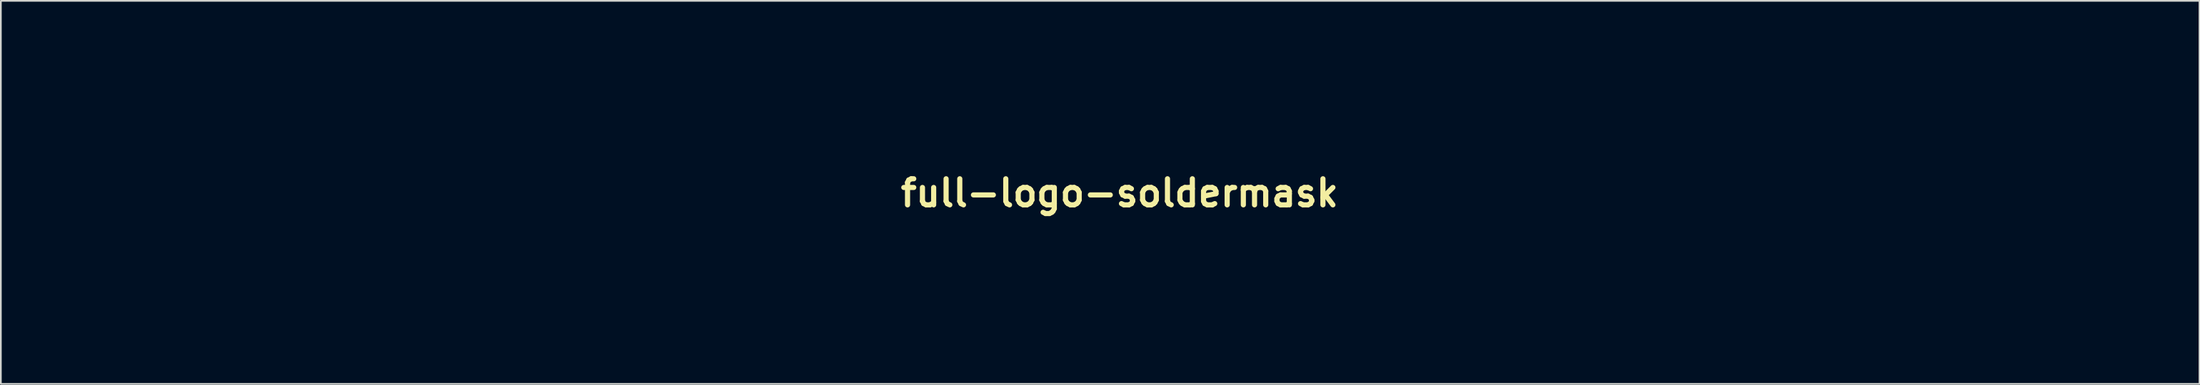
<source format=kicad_pcb>
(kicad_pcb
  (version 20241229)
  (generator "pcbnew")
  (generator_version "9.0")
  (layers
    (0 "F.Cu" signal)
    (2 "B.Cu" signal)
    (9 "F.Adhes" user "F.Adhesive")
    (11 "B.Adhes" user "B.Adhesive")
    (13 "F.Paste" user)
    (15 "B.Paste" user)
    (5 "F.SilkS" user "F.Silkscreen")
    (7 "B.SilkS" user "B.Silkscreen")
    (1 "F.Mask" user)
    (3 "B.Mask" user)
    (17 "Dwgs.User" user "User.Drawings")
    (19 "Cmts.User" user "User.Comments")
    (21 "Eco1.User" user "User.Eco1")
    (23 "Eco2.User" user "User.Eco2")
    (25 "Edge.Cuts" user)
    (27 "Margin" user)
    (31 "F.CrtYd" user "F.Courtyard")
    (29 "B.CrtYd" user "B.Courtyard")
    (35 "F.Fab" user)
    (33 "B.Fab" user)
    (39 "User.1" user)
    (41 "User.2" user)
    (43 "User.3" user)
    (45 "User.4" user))
  (footprint "full-logo-soldermask"
    (layer "F.Cu")
    (at 62.279 8.232)
    (property "Reference" "full-logo-soldermask" (at 0 0 0) (layer "F.SilkS") (effects (font (size 1.524 1.524) (thickness 0.3))))
    (attr through_hole)
    (fp_poly (pts (xy 26.07 6.914) (xy 24.483 6.914) (xy 24.483 0.282) (xy 26.07 0.282) (xy 26.07 6.914)) (stroke (width 0.01) (type solid)) (fill yes) (layer "F.Mask"))
    (fp_poly (pts (xy 26.07 -0.423) (xy 24.481 -0.423) (xy 24.491 -1.173) (xy 24.5 -1.923) (xy 25.285 -1.932) (xy 26.07 -1.942) (xy 26.07 -0.423)) (stroke (width 0.01) (type solid)) (fill yes) (layer "F.Mask"))
    (fp_poly (pts (xy 28.928 6.914) (xy 27.34 6.914) (xy 27.349 2.496) (xy 27.358 -1.923) (xy 28.143 -1.932) (xy 28.928 -1.942) (xy 28.928 6.914)) (stroke (width 0.01) (type solid)) (fill yes) (layer "F.Mask"))
    (fp_poly (pts (xy -21.44 3.448) (xy -21.431 3.536) (xy -21.429 3.586) (xy -21.43 3.589) (xy -21.465 3.6) (xy -21.548 3.619) (xy -21.61 3.632) (xy -21.743 3.659) (xy -21.902 3.693) (xy -22.013 3.717) (xy -22.34 3.788) (xy -22.607 3.847) (xy -22.821 3.894) (xy -22.991 3.932) (xy -23.127 3.963) (xy -23.235 3.988) (xy -23.308 4.005) (xy -23.459 4.039) (xy -23.555 4.053) (xy -23.611 4.047) (xy -23.639 4.021) (xy -23.649 3.995) (xy -23.673 3.894) (xy -23.699 3.756) (xy -23.722 3.611) (xy -23.738 3.484) (xy -23.742 3.415) (xy -23.742 3.316) (xy -21.457 3.316) (xy -21.44 3.448)) (stroke (width 0.01) (type solid)) (fill yes) (layer "F.Mask"))
    (fp_poly (pts (xy -56.253 -7.899) (xy -56.241 -7.863) (xy -56.212 -7.766) (xy -56.168 -7.615) (xy -56.112 -7.418) (xy -56.044 -7.181) (xy -55.968 -6.911) (xy -55.886 -6.616) (xy -55.836 -6.439) (xy -55.434 -4.994) (xy -55.719 -4.901) (xy -55.878 -4.846) (xy -56.035 -4.788) (xy -56.16 -4.738) (xy -56.174 -4.732) (xy -56.272 -4.69) (xy -56.339 -4.662) (xy -56.356 -4.657) (xy -56.374 -4.687) (xy -56.422 -4.773) (xy -56.495 -4.909) (xy -56.591 -5.089) (xy -56.706 -5.305) (xy -56.837 -5.552) (xy -56.98 -5.823) (xy -57.071 -5.995) (xy -57.775 -7.334) (xy -57.577 -7.428) (xy -57.404 -7.506) (xy -57.212 -7.587) (xy -57.011 -7.667) (xy -56.813 -7.74) (xy -56.628 -7.805) (xy -56.469 -7.856) (xy -56.346 -7.89) (xy -56.27 -7.902) (xy -56.253 -7.899)) (stroke (width 0.01) (type solid)) (fill yes) (layer "F.Mask"))
    (fp_poly (pts (xy -21.384 3.87) (xy -21.342 3.898) (xy -21.308 3.952) (xy -21.269 4.031) (xy -21.268 4.034) (xy -21.176 4.224) (xy -22.045 4.822) (xy -22.265 4.974) (xy -22.467 5.113) (xy -22.644 5.234) (xy -22.788 5.333) (xy -22.891 5.403) (xy -22.946 5.44) (xy -22.953 5.444) (xy -22.991 5.428) (xy -23.055 5.359) (xy -23.137 5.246) (xy -23.148 5.229) (xy -23.331 4.924) (xy -23.468 4.639) (xy -23.49 4.583) (xy -23.503 4.54) (xy -23.498 4.508) (xy -23.462 4.481) (xy -23.385 4.452) (xy -23.255 4.411) (xy -23.201 4.395) (xy -23.049 4.35) (xy -22.914 4.308) (xy -22.817 4.278) (xy -22.789 4.269) (xy -22.713 4.244) (xy -22.593 4.208) (xy -22.454 4.166) (xy -22.437 4.161) (xy -22.271 4.111) (xy -22.076 4.051) (xy -21.891 3.993) (xy -21.867 3.986) (xy -21.675 3.924) (xy -21.538 3.883) (xy -21.445 3.865) (xy -21.384 3.87)) (stroke (width 0.01) (type solid)) (fill yes) (layer "F.Mask"))
    (fp_poly (pts (xy -20.883 4.512) (xy -20.77 4.585) (xy -20.655 4.643) (xy -20.616 4.658) (xy -20.537 4.69) (xy -20.507 4.732) (xy -20.512 4.811) (xy -20.514 4.827) (xy -20.535 4.951) (xy -20.565 5.125) (xy -20.602 5.328) (xy -20.641 5.54) (xy -20.68 5.743) (xy -20.691 5.803) (xy -20.719 5.951) (xy -20.753 6.137) (xy -20.788 6.33) (xy -20.802 6.412) (xy -20.835 6.584) (xy -20.863 6.695) (xy -20.89 6.755) (xy -20.919 6.772) (xy -20.976 6.76) (xy -21.079 6.73) (xy -21.211 6.687) (xy -21.255 6.672) (xy -21.716 6.48) (xy -22.145 6.236) (xy -22.507 5.965) (xy -22.631 5.86) (xy -22.543 5.776) (xy -22.449 5.687) (xy -22.322 5.569) (xy -22.17 5.429) (xy -22.002 5.275) (xy -21.827 5.115) (xy -21.654 4.957) (xy -21.491 4.809) (xy -21.347 4.679) (xy -21.232 4.576) (xy -21.153 4.506) (xy -21.124 4.482) (xy -21.029 4.407) (xy -20.883 4.512)) (stroke (width 0.01) (type solid)) (fill yes) (layer "F.Mask"))
    (fp_poly (pts (xy -40.208 2.279) (xy -39.921 2.565) (xy -39.642 2.84) (xy -39.378 3.099) (xy -39.133 3.338) (xy -38.912 3.552) (xy -38.72 3.736) (xy -38.562 3.886) (xy -38.443 3.996) (xy -38.367 4.062) (xy -38.355 4.072) (xy -37.851 4.41) (xy -37.322 4.682) (xy -36.769 4.888) (xy -36.194 5.027) (xy -35.599 5.099) (xy -35.481 5.105) (xy -34.96 5.126) (xy -34.96 8.149) (xy -35.428 8.145) (xy -35.635 8.14) (xy -35.847 8.132) (xy -36.039 8.12) (xy -36.177 8.108) (xy -36.888 7.993) (xy -37.594 7.811) (xy -38.288 7.565) (xy -38.962 7.257) (xy -39.608 6.892) (xy -39.893 6.705) (xy -40.029 6.609) (xy -40.167 6.506) (xy -40.312 6.391) (xy -40.467 6.261) (xy -40.637 6.111) (xy -40.827 5.937) (xy -41.042 5.736) (xy -41.284 5.503) (xy -41.56 5.234) (xy -41.873 4.925) (xy -42.227 4.571) (xy -42.483 4.315) (xy -43.991 2.804) (xy -42.916 1.729) (xy -41.84 0.654) (xy -40.208 2.279)) (stroke (width 0.01) (type solid)) (fill yes) (layer "F.Mask"))
    (fp_poly (pts (xy -60.767 -4.709) (xy -60.691 -4.663) (xy -60.584 -4.592) (xy -60.512 -4.543) (xy -60.415 -4.476) (xy -60.268 -4.375) (xy -60.082 -4.249) (xy -59.866 -4.102) (xy -59.63 -3.942) (xy -59.384 -3.776) (xy -59.258 -3.691) (xy -58.28 -3.031) (xy -58.462 -2.742) (xy -58.621 -2.466) (xy -58.775 -2.153) (xy -58.912 -1.832) (xy -59.017 -1.534) (xy -59.02 -1.524) (xy -59.062 -1.403) (xy -59.102 -1.314) (xy -59.134 -1.275) (xy -59.138 -1.274) (xy -59.18 -1.282) (xy -59.284 -1.304) (xy -59.441 -1.338) (xy -59.646 -1.383) (xy -59.889 -1.436) (xy -60.164 -1.496) (xy -60.463 -1.562) (xy -60.606 -1.593) (xy -60.913 -1.661) (xy -61.198 -1.725) (xy -61.453 -1.783) (xy -61.673 -1.833) (xy -61.848 -1.873) (xy -61.973 -1.903) (xy -62.039 -1.92) (xy -62.048 -1.923) (xy -62.046 -1.963) (xy -62.024 -2.057) (xy -61.988 -2.192) (xy -61.939 -2.356) (xy -61.883 -2.535) (xy -61.823 -2.717) (xy -61.762 -2.89) (xy -61.75 -2.921) (xy -61.632 -3.215) (xy -61.484 -3.537) (xy -61.32 -3.864) (xy -61.152 -4.169) (xy -61.008 -4.405) (xy -60.925 -4.533) (xy -60.857 -4.637) (xy -60.812 -4.704) (xy -60.799 -4.722) (xy -60.767 -4.709)) (stroke (width 0.01) (type solid)) (fill yes) (layer "F.Mask"))
    (fp_poly (pts (xy -58.407 -6.921) (xy -58.349 -6.841) (xy -58.263 -6.716) (xy -58.153 -6.555) (xy -58.025 -6.364) (xy -57.882 -6.151) (xy -57.731 -5.923) (xy -57.576 -5.688) (xy -57.422 -5.454) (xy -57.273 -5.227) (xy -57.136 -5.015) (xy -57.014 -4.826) (xy -56.912 -4.667) (xy -56.836 -4.546) (xy -56.791 -4.469) (xy -56.78 -4.445) (xy -56.807 -4.413) (xy -56.879 -4.355) (xy -56.981 -4.281) (xy -57 -4.269) (xy -57.12 -4.183) (xy -57.27 -4.066) (xy -57.428 -3.936) (xy -57.537 -3.842) (xy -57.66 -3.734) (xy -57.763 -3.646) (xy -57.834 -3.587) (xy -57.863 -3.565) (xy -57.863 -3.565) (xy -57.891 -3.588) (xy -57.965 -3.653) (xy -58.081 -3.756) (xy -58.233 -3.891) (xy -58.414 -4.054) (xy -58.621 -4.239) (xy -58.847 -4.441) (xy -58.949 -4.533) (xy -59.183 -4.743) (xy -59.401 -4.941) (xy -59.597 -5.12) (xy -59.766 -5.275) (xy -59.902 -5.401) (xy -60 -5.492) (xy -60.052 -5.544) (xy -60.06 -5.553) (xy -60.068 -5.588) (xy -60.05 -5.635) (xy -60.002 -5.7) (xy -59.918 -5.788) (xy -59.793 -5.906) (xy -59.622 -6.059) (xy -59.469 -6.191) (xy -59.32 -6.316) (xy -59.156 -6.448) (xy -58.986 -6.578) (xy -58.823 -6.699) (xy -58.675 -6.805) (xy -58.552 -6.886) (xy -58.467 -6.937) (xy -58.432 -6.95) (xy -58.407 -6.921)) (stroke (width 0.01) (type solid)) (fill yes) (layer "F.Mask"))
    (fp_poly (pts (xy -53.913 -8.207) (xy -53.761 -8.195) (xy -53.574 -8.18) (xy -53.389 -8.167) (xy -53.358 -8.165) (xy -52.814 -8.102) (xy -52.243 -7.99) (xy -51.665 -7.832) (xy -51.097 -7.636) (xy -50.556 -7.405) (xy -50.236 -7.244) (xy -50.042 -7.138) (xy -49.863 -7.035) (xy -49.693 -6.931) (xy -49.527 -6.822) (xy -49.361 -6.704) (xy -49.19 -6.573) (xy -49.008 -6.424) (xy -48.812 -6.254) (xy -48.596 -6.058) (xy -48.355 -5.832) (xy -48.084 -5.573) (xy -47.779 -5.275) (xy -47.435 -4.936) (xy -47.046 -4.549) (xy -47.035 -4.538) (xy -45.334 -2.845) (xy -46.411 -1.775) (xy -46.638 -1.55) (xy -46.849 -1.341) (xy -47.039 -1.153) (xy -47.203 -0.991) (xy -47.335 -0.861) (xy -47.431 -0.768) (xy -47.485 -0.715) (xy -47.495 -0.706) (xy -47.521 -0.73) (xy -47.592 -0.8) (xy -47.705 -0.912) (xy -47.856 -1.061) (xy -48.04 -1.244) (xy -48.254 -1.456) (xy -48.493 -1.694) (xy -48.753 -1.953) (xy -49.03 -2.229) (xy -49.177 -2.375) (xy -49.535 -2.731) (xy -49.848 -3.041) (xy -50.121 -3.309) (xy -50.358 -3.538) (xy -50.564 -3.734) (xy -50.743 -3.899) (xy -50.901 -4.039) (xy -51.041 -4.156) (xy -51.169 -4.255) (xy -51.289 -4.34) (xy -51.405 -4.415) (xy -51.523 -4.484) (xy -51.648 -4.55) (xy -51.773 -4.614) (xy -52.152 -4.783) (xy -52.558 -4.925) (xy -52.973 -5.037) (xy -53.378 -5.113) (xy -53.754 -5.149) (xy -53.858 -5.151) (xy -54.151 -5.151) (xy -54.151 -8.227) (xy -53.913 -8.207)) (stroke (width 0.01) (type solid)) (fill yes) (layer "F.Mask"))
    (fp_poly (pts (xy 30.506 -5.327) (xy 30.677 -5.322) (xy 30.854 -5.308) (xy 30.992 -5.291) (xy 31.135 -5.268) (xy 31.275 -5.248) (xy 31.344 -5.239) (xy 31.44 -5.223) (xy 31.584 -5.192) (xy 31.758 -5.151) (xy 31.943 -5.104) (xy 32.119 -5.056) (xy 32.262 -5.014) (xy 32.416 -4.96) (xy 32.612 -4.881) (xy 32.83 -4.786) (xy 32.932 -4.739) (xy 33.025 -4.693) (xy 33.149 -4.628) (xy 33.29 -4.552) (xy 33.429 -4.475) (xy 33.551 -4.407) (xy 33.639 -4.355) (xy 33.673 -4.332) (xy 33.715 -4.301) (xy 33.8 -4.238) (xy 33.914 -4.153) (xy 34.008 -4.085) (xy 34.108 -4.004) (xy 34.253 -3.877) (xy 34.439 -3.706) (xy 34.662 -3.496) (xy 34.918 -3.251) (xy 35.204 -2.973) (xy 35.514 -2.668) (xy 35.592 -2.59) (xy 36.877 -1.315) (xy 36.056 -0.499) (xy 35.858 -0.303) (xy 35.678 -0.124) (xy 35.52 0.032) (xy 35.391 0.159) (xy 35.296 0.252) (xy 35.241 0.304) (xy 35.23 0.314) (xy 35.205 0.289) (xy 35.135 0.219) (xy 35.026 0.108) (xy 34.882 -0.038) (xy 34.707 -0.214) (xy 34.508 -0.416) (xy 34.289 -0.638) (xy 34.078 -0.851) (xy 33.76 -1.172) (xy 33.486 -1.447) (xy 33.248 -1.679) (xy 33.043 -1.875) (xy 32.865 -2.039) (xy 32.708 -2.175) (xy 32.566 -2.288) (xy 32.436 -2.384) (xy 32.31 -2.466) (xy 32.183 -2.541) (xy 32.097 -2.587) (xy 31.724 -2.763) (xy 31.359 -2.89) (xy 30.98 -2.973) (xy 30.561 -3.021) (xy 30.542 -3.022) (xy 30.233 -3.043) (xy 30.233 -5.327) (xy 30.506 -5.327)) (stroke (width 0.01) (type solid)) (fill yes) (layer "F.Mask"))
    (fp_poly (pts (xy 45.852 -5.327) (xy 46.022 -5.322) (xy 46.2 -5.308) (xy 46.337 -5.291) (xy 46.481 -5.268) (xy 46.62 -5.248) (xy 46.69 -5.239) (xy 46.786 -5.223) (xy 46.93 -5.192) (xy 47.104 -5.151) (xy 47.289 -5.104) (xy 47.465 -5.056) (xy 47.607 -5.014) (xy 47.761 -4.96) (xy 47.957 -4.881) (xy 48.175 -4.786) (xy 48.278 -4.739) (xy 48.37 -4.693) (xy 48.495 -4.628) (xy 48.635 -4.552) (xy 48.775 -4.475) (xy 48.897 -4.407) (xy 48.985 -4.355) (xy 49.018 -4.332) (xy 49.06 -4.301) (xy 49.146 -4.238) (xy 49.26 -4.153) (xy 49.354 -4.085) (xy 49.454 -4.004) (xy 49.599 -3.877) (xy 49.785 -3.706) (xy 50.008 -3.496) (xy 50.264 -3.251) (xy 50.55 -2.973) (xy 50.86 -2.668) (xy 50.938 -2.59) (xy 52.223 -1.315) (xy 51.401 -0.499) (xy 51.204 -0.303) (xy 51.024 -0.124) (xy 50.866 0.032) (xy 50.737 0.159) (xy 50.642 0.252) (xy 50.587 0.304) (xy 50.576 0.314) (xy 50.551 0.289) (xy 50.481 0.219) (xy 50.372 0.108) (xy 50.227 -0.038) (xy 50.053 -0.214) (xy 49.854 -0.416) (xy 49.635 -0.638) (xy 49.424 -0.851) (xy 49.106 -1.172) (xy 48.831 -1.447) (xy 48.594 -1.679) (xy 48.389 -1.875) (xy 48.211 -2.039) (xy 48.053 -2.175) (xy 47.912 -2.288) (xy 47.781 -2.384) (xy 47.656 -2.466) (xy 47.529 -2.541) (xy 47.443 -2.587) (xy 47.07 -2.763) (xy 46.705 -2.89) (xy 46.326 -2.973) (xy 45.907 -3.021) (xy 45.888 -3.022) (xy 45.579 -3.043) (xy 45.579 -5.327) (xy 45.852 -5.327)) (stroke (width 0.01) (type solid)) (fill yes) (layer "F.Mask"))
    (fp_poly (pts (xy 39.518 1.365) (xy 39.592 1.434) (xy 39.707 1.544) (xy 39.857 1.69) (xy 40.037 1.866) (xy 40.243 2.069) (xy 40.468 2.292) (xy 40.71 2.533) (xy 40.744 2.567) (xy 41.059 2.88) (xy 41.329 3.147) (xy 41.559 3.371) (xy 41.753 3.555) (xy 41.916 3.705) (xy 42.05 3.823) (xy 42.162 3.915) (xy 42.254 3.983) (xy 42.268 3.993) (xy 42.682 4.242) (xy 43.095 4.427) (xy 43.521 4.554) (xy 43.974 4.627) (xy 44.194 4.644) (xy 44.626 4.668) (xy 44.626 6.95) (xy 44.282 6.945) (xy 44.097 6.939) (xy 43.903 6.93) (xy 43.735 6.919) (xy 43.692 6.915) (xy 43.527 6.894) (xy 43.337 6.863) (xy 43.143 6.826) (xy 42.967 6.788) (xy 42.83 6.753) (xy 42.792 6.741) (xy 42.716 6.715) (xy 42.596 6.677) (xy 42.457 6.634) (xy 42.439 6.629) (xy 42.328 6.589) (xy 42.178 6.527) (xy 42.002 6.45) (xy 41.815 6.364) (xy 41.628 6.275) (xy 41.456 6.189) (xy 41.311 6.113) (xy 41.207 6.053) (xy 41.16 6.02) (xy 41.104 5.976) (xy 41.015 5.916) (xy 40.975 5.892) (xy 40.887 5.837) (xy 40.828 5.796) (xy 40.816 5.786) (xy 40.782 5.756) (xy 40.705 5.695) (xy 40.602 5.615) (xy 40.569 5.591) (xy 40.499 5.531) (xy 40.384 5.427) (xy 40.232 5.284) (xy 40.047 5.108) (xy 39.837 4.905) (xy 39.607 4.68) (xy 39.363 4.439) (xy 39.11 4.188) (xy 39.1 4.178) (xy 37.859 2.939) (xy 38.659 2.14) (xy 38.854 1.945) (xy 39.034 1.768) (xy 39.192 1.614) (xy 39.323 1.488) (xy 39.419 1.398) (xy 39.476 1.348) (xy 39.488 1.341) (xy 39.518 1.365)) (stroke (width 0.01) (type solid)) (fill yes) (layer "F.Mask"))
    (fp_poly (pts (xy 1.561 0.71) (xy 1.57 3.361) (xy 1.91 2.854) (xy 2.021 2.689) (xy 2.162 2.48) (xy 2.325 2.239) (xy 2.502 1.979) (xy 2.682 1.713) (xy 2.858 1.455) (xy 2.876 1.429) (xy 3.033 1.198) (xy 3.18 0.98) (xy 3.312 0.785) (xy 3.423 0.621) (xy 3.507 0.494) (xy 3.559 0.415) (xy 3.571 0.397) (xy 3.641 0.282) (xy 4.593 0.282) (xy 4.899 0.283) (xy 5.149 0.287) (xy 5.339 0.293) (xy 5.466 0.301) (xy 5.527 0.312) (xy 5.533 0.317) (xy 5.509 0.354) (xy 5.45 0.439) (xy 5.361 0.566) (xy 5.247 0.724) (xy 5.115 0.906) (xy 5.011 1.049) (xy 4.685 1.494) (xy 4.39 1.898) (xy 4.125 2.26) (xy 3.894 2.576) (xy 3.697 2.846) (xy 3.537 3.067) (xy 3.413 3.237) (xy 3.329 3.354) (xy 3.286 3.413) (xy 3.206 3.528) (xy 3.711 4.15) (xy 3.897 4.38) (xy 4.107 4.638) (xy 4.324 4.904) (xy 4.529 5.156) (xy 4.693 5.358) (xy 4.961 5.688) (xy 5.189 5.967) (xy 5.378 6.2) (xy 5.533 6.391) (xy 5.656 6.544) (xy 5.751 6.663) (xy 5.822 6.752) (xy 5.872 6.815) (xy 5.904 6.858) (xy 5.921 6.882) (xy 5.927 6.894) (xy 5.927 6.895) (xy 5.893 6.9) (xy 5.797 6.904) (xy 5.648 6.908) (xy 5.454 6.911) (xy 5.224 6.913) (xy 4.966 6.914) (xy 4.86 6.914) (xy 3.792 6.913) (xy 3.366 6.323) (xy 3.211 6.11) (xy 3.034 5.866) (xy 2.841 5.601) (xy 2.641 5.325) (xy 2.44 5.049) (xy 2.246 4.783) (xy 2.066 4.537) (xy 1.908 4.321) (xy 1.779 4.146) (xy 1.718 4.062) (xy 1.552 3.838) (xy 1.552 6.914) (xy -0.035 6.914) (xy -0.035 -1.94) (xy 1.552 -1.94) (xy 1.561 0.71)) (stroke (width 0.01) (type solid)) (fill yes) (layer "F.Mask"))
    (fp_poly (pts (xy -11.47 0.164) (xy -11.301 0.167) (xy -11.172 0.174) (xy -11.068 0.187) (xy -10.974 0.208) (xy -10.875 0.238) (xy -10.813 0.259) (xy -10.576 0.346) (xy -10.385 0.435) (xy -10.219 0.536) (xy -10.053 0.663) (xy -10.044 0.67) (xy -9.824 0.875) (xy -9.645 1.092) (xy -9.501 1.334) (xy -9.382 1.617) (xy -9.28 1.954) (xy -9.27 1.993) (xy -9.255 2.053) (xy -9.243 2.114) (xy -9.232 2.183) (xy -9.223 2.265) (xy -9.216 2.365) (xy -9.209 2.49) (xy -9.204 2.645) (xy -9.199 2.835) (xy -9.196 3.067) (xy -9.192 3.347) (xy -9.189 3.678) (xy -9.186 4.069) (xy -9.183 4.523) (xy -9.182 4.595) (xy -9.166 6.914) (xy -10.76 6.914) (xy -10.76 5.283) (xy -10.761 4.743) (xy -10.765 4.27) (xy -10.772 3.856) (xy -10.783 3.498) (xy -10.798 3.19) (xy -10.819 2.928) (xy -10.845 2.706) (xy -10.878 2.519) (xy -10.918 2.363) (xy -10.965 2.232) (xy -11.021 2.121) (xy -11.086 2.025) (xy -11.16 1.939) (xy -11.187 1.912) (xy -11.386 1.764) (xy -11.623 1.666) (xy -11.883 1.617) (xy -12.156 1.616) (xy -12.427 1.664) (xy -12.684 1.76) (xy -12.914 1.904) (xy -12.972 1.953) (xy -13.142 2.152) (xy -13.275 2.405) (xy -13.368 2.706) (xy -13.387 2.803) (xy -13.399 2.886) (xy -13.41 2.984) (xy -13.418 3.105) (xy -13.425 3.253) (xy -13.431 3.436) (xy -13.435 3.659) (xy -13.438 3.929) (xy -13.44 4.251) (xy -13.441 4.633) (xy -13.441 5.014) (xy -13.441 6.914) (xy -14.229 6.914) (xy -14.458 6.913) (xy -14.663 6.911) (xy -14.833 6.906) (xy -14.959 6.901) (xy -15.029 6.894) (xy -15.04 6.891) (xy -15.043 6.853) (xy -15.047 6.749) (xy -15.05 6.585) (xy -15.053 6.365) (xy -15.055 6.094) (xy -15.058 5.778) (xy -15.06 5.42) (xy -15.061 5.027) (xy -15.062 4.602) (xy -15.063 4.151) (xy -15.064 3.679) (xy -15.064 3.574) (xy -15.064 0.281) (xy -13.564 0.3) (xy -13.554 0.589) (xy -13.544 0.878) (xy -13.315 0.696) (xy -13.012 0.479) (xy -12.712 0.318) (xy -12.506 0.236) (xy -12.416 0.209) (xy -12.323 0.189) (xy -12.214 0.175) (xy -12.074 0.168) (xy -11.888 0.164) (xy -11.695 0.163) (xy -11.47 0.164)) (stroke (width 0.01) (type solid)) (fill yes) (layer "F.Mask"))
    (fp_poly (pts (xy -4.6 0.16) (xy -4.423 0.164) (xy -4.286 0.172) (xy -4.176 0.185) (xy -4.077 0.205) (xy -3.974 0.234) (xy -3.951 0.241) (xy -3.615 0.371) (xy -3.316 0.543) (xy -3.036 0.77) (xy -2.955 0.848) (xy -2.681 1.12) (xy -2.681 0.282) (xy -1.199 0.282) (xy -1.199 6.914) (xy -2.681 6.914) (xy -2.682 6.482) (xy -2.684 6.296) (xy -2.69 6.174) (xy -2.7 6.113) (xy -2.715 6.106) (xy -2.72 6.113) (xy -2.779 6.185) (xy -2.884 6.285) (xy -3.02 6.399) (xy -3.171 6.517) (xy -3.325 6.627) (xy -3.465 6.718) (xy -3.531 6.755) (xy -3.756 6.863) (xy -3.969 6.94) (xy -4.191 6.992) (xy -4.442 7.023) (xy -4.727 7.038) (xy -4.924 7.041) (xy -5.114 7.039) (xy -5.277 7.034) (xy -5.392 7.024) (xy -5.397 7.024) (xy -5.624 6.978) (xy -5.882 6.905) (xy -6.144 6.812) (xy -6.385 6.71) (xy -6.562 6.619) (xy -6.955 6.347) (xy -7.297 6.027) (xy -7.587 5.664) (xy -7.822 5.26) (xy -8 4.821) (xy -8.119 4.348) (xy -8.178 3.847) (xy -8.183 3.654) (xy -6.562 3.654) (xy -6.532 4.043) (xy -6.443 4.395) (xy -6.298 4.708) (xy -6.097 4.979) (xy -5.844 5.205) (xy -5.539 5.384) (xy -5.209 5.507) (xy -5.008 5.546) (xy -4.765 5.567) (xy -4.508 5.568) (xy -4.263 5.549) (xy -4.096 5.52) (xy -3.773 5.409) (xy -3.485 5.241) (xy -3.239 5.021) (xy -3.042 4.755) (xy -2.98 4.642) (xy -2.832 4.275) (xy -2.75 3.915) (xy -2.733 3.551) (xy -2.763 3.26) (xy -2.855 2.885) (xy -3.002 2.551) (xy -3.197 2.262) (xy -3.439 2.022) (xy -3.722 1.835) (xy -4.042 1.704) (xy -4.395 1.632) (xy -4.654 1.618) (xy -5.022 1.647) (xy -5.347 1.728) (xy -5.638 1.865) (xy -5.903 2.062) (xy -5.98 2.134) (xy -6.213 2.412) (xy -6.386 2.726) (xy -6.501 3.077) (xy -6.556 3.467) (xy -6.562 3.654) (xy -8.183 3.654) (xy -8.184 3.616) (xy -8.154 3.113) (xy -8.063 2.631) (xy -7.915 2.176) (xy -7.712 1.754) (xy -7.457 1.372) (xy -7.152 1.036) (xy -7.141 1.026) (xy -6.926 0.837) (xy -6.723 0.687) (xy -6.504 0.558) (xy -6.303 0.458) (xy -6.067 0.354) (xy -5.859 0.277) (xy -5.659 0.222) (xy -5.45 0.187) (xy -5.214 0.168) (xy -4.931 0.16) (xy -4.833 0.16) (xy -4.6 0.16)) (stroke (width 0.01) (type solid)) (fill yes) (layer "F.Mask"))
    (fp_poly (pts (xy 19.082 -2.056) (xy 19.377 -2.038) (xy 19.637 -2.008) (xy 19.777 -1.981) (xy 20.342 -1.817) (xy 20.867 -1.595) (xy 21.351 -1.316) (xy 21.794 -0.979) (xy 22.194 -0.586) (xy 22.552 -0.137) (xy 22.668 0.035) (xy 22.925 0.495) (xy 23.128 0.991) (xy 23.273 1.512) (xy 23.358 2.045) (xy 23.381 2.579) (xy 23.339 3.104) (xy 23.339 3.104) (xy 23.293 3.39) (xy 23.243 3.63) (xy 23.182 3.852) (xy 23.104 4.08) (xy 23.033 4.262) (xy 22.79 4.77) (xy 22.493 5.235) (xy 22.144 5.656) (xy 21.748 6.027) (xy 21.307 6.348) (xy 20.826 6.614) (xy 20.307 6.823) (xy 19.773 6.968) (xy 19.601 6.995) (xy 19.379 7.016) (xy 19.126 7.032) (xy 18.862 7.041) (xy 18.606 7.042) (xy 18.38 7.036) (xy 18.203 7.021) (xy 17.656 6.914) (xy 17.128 6.742) (xy 16.625 6.511) (xy 16.155 6.224) (xy 15.721 5.884) (xy 15.331 5.496) (xy 14.99 5.065) (xy 14.733 4.646) (xy 14.514 4.171) (xy 14.35 3.666) (xy 14.243 3.144) (xy 14.197 2.618) (xy 14.205 2.373) (xy 15.874 2.373) (xy 15.878 2.7) (xy 15.907 3.009) (xy 15.949 3.222) (xy 16.096 3.662) (xy 16.3 4.064) (xy 16.558 4.424) (xy 16.866 4.738) (xy 17.219 5.001) (xy 17.614 5.211) (xy 18.047 5.364) (xy 18.203 5.402) (xy 18.492 5.444) (xy 18.817 5.457) (xy 19.151 5.44) (xy 19.467 5.395) (xy 19.597 5.365) (xy 20.008 5.223) (xy 20.389 5.021) (xy 20.732 4.765) (xy 21.031 4.46) (xy 21.279 4.113) (xy 21.377 3.933) (xy 21.551 3.512) (xy 21.662 3.082) (xy 21.711 2.651) (xy 21.702 2.224) (xy 21.636 1.807) (xy 21.516 1.407) (xy 21.344 1.029) (xy 21.123 0.68) (xy 20.856 0.365) (xy 20.543 0.091) (xy 20.189 -0.137) (xy 19.795 -0.313) (xy 19.673 -0.353) (xy 19.267 -0.445) (xy 18.852 -0.479) (xy 18.499 -0.46) (xy 18.054 -0.38) (xy 17.659 -0.255) (xy 17.302 -0.081) (xy 16.974 0.145) (xy 16.803 0.294) (xy 16.493 0.63) (xy 16.244 1.002) (xy 16.055 1.41) (xy 15.946 1.768) (xy 15.897 2.053) (xy 15.874 2.373) (xy 14.205 2.373) (xy 14.214 2.104) (xy 14.215 2.093) (xy 14.307 1.513) (xy 14.46 0.964) (xy 14.674 0.45) (xy 14.945 -0.027) (xy 15.273 -0.464) (xy 15.656 -0.86) (xy 16.091 -1.209) (xy 16.577 -1.512) (xy 16.72 -1.586) (xy 16.987 -1.705) (xy 17.299 -1.819) (xy 17.629 -1.919) (xy 17.953 -1.997) (xy 17.956 -1.998) (xy 18.189 -2.032) (xy 18.467 -2.053) (xy 18.772 -2.061) (xy 19.082 -2.056)) (stroke (width 0.01) (type solid)) (fill yes) (layer "F.Mask"))
    (fp_poly (pts (xy 10.441 0.155) (xy 10.617 0.174) (xy 11.081 0.277) (xy 11.519 0.442) (xy 11.925 0.667) (xy 12.294 0.947) (xy 12.623 1.278) (xy 12.904 1.657) (xy 13.135 2.078) (xy 13.214 2.264) (xy 13.32 2.57) (xy 13.393 2.871) (xy 13.437 3.189) (xy 13.455 3.546) (xy 13.457 3.651) (xy 13.456 3.842) (xy 13.452 4.01) (xy 13.445 4.143) (xy 13.437 4.225) (xy 13.433 4.242) (xy 13.425 4.254) (xy 13.408 4.264) (xy 13.377 4.273) (xy 13.328 4.28) (xy 13.255 4.286) (xy 13.154 4.291) (xy 13.019 4.295) (xy 12.847 4.298) (xy 12.632 4.3) (xy 12.37 4.302) (xy 12.056 4.303) (xy 11.684 4.304) (xy 11.25 4.304) (xy 10.863 4.304) (xy 8.318 4.304) (xy 8.342 4.401) (xy 8.415 4.6) (xy 8.534 4.809) (xy 8.682 5.003) (xy 8.729 5.053) (xy 8.979 5.262) (xy 9.26 5.415) (xy 9.58 5.516) (xy 9.943 5.567) (xy 10.147 5.573) (xy 10.493 5.552) (xy 10.794 5.484) (xy 11.061 5.365) (xy 11.307 5.19) (xy 11.42 5.086) (xy 11.568 4.939) (xy 13.304 4.939) (xy 13.28 5.018) (xy 13.181 5.256) (xy 13.027 5.516) (xy 12.828 5.784) (xy 12.591 6.051) (xy 12.482 6.159) (xy 12.179 6.422) (xy 11.87 6.631) (xy 11.535 6.796) (xy 11.155 6.928) (xy 11.06 6.955) (xy 10.908 6.985) (xy 10.706 7.01) (xy 10.472 7.028) (xy 10.225 7.04) (xy 9.984 7.044) (xy 9.77 7.038) (xy 9.6 7.023) (xy 9.596 7.023) (xy 9.113 6.919) (xy 8.657 6.755) (xy 8.233 6.534) (xy 7.846 6.263) (xy 7.5 5.944) (xy 7.203 5.583) (xy 6.958 5.183) (xy 6.771 4.75) (xy 6.742 4.662) (xy 6.628 4.187) (xy 6.581 3.706) (xy 6.601 3.226) (xy 6.66 2.893) (xy 8.256 2.893) (xy 11.893 2.893) (xy 11.871 2.813) (xy 11.813 2.655) (xy 11.725 2.478) (xy 11.623 2.306) (xy 11.519 2.161) (xy 11.455 2.092) (xy 11.221 1.906) (xy 10.971 1.769) (xy 10.694 1.679) (xy 10.376 1.63) (xy 10.088 1.618) (xy 9.892 1.619) (xy 9.743 1.629) (xy 9.616 1.648) (xy 9.488 1.681) (xy 9.4 1.709) (xy 9.077 1.847) (xy 8.807 2.029) (xy 8.584 2.261) (xy 8.403 2.547) (xy 8.315 2.743) (xy 8.256 2.893) (xy 6.66 2.893) (xy 6.685 2.754) (xy 6.832 2.298) (xy 7.041 1.865) (xy 7.309 1.461) (xy 7.473 1.264) (xy 7.748 0.999) (xy 8.075 0.752) (xy 8.437 0.535) (xy 8.815 0.359) (xy 9.137 0.248) (xy 9.347 0.203) (xy 9.605 0.17) (xy 9.888 0.151) (xy 10.174 0.145) (xy 10.441 0.155)) (stroke (width 0.01) (type solid)) (fill yes) (layer "F.Mask"))
    (fp_poly (pts (xy 44.618 -4.187) (xy 44.627 -3.034) (xy 44.363 -3.034) (xy 43.928 -3.003) (xy 43.482 -2.914) (xy 43.041 -2.772) (xy 42.623 -2.583) (xy 42.243 -2.354) (xy 42.069 -2.223) (xy 42.032 -2.188) (xy 41.948 -2.107) (xy 41.82 -1.981) (xy 41.65 -1.814) (xy 41.442 -1.608) (xy 41.198 -1.367) (xy 40.92 -1.092) (xy 40.613 -0.788) (xy 40.279 -0.456) (xy 39.919 -0.099) (xy 39.539 0.279) (xy 39.139 0.677) (xy 38.724 1.09) (xy 38.295 1.517) (xy 38.206 1.606) (xy 37.68 2.129) (xy 37.202 2.605) (xy 36.769 3.036) (xy 36.379 3.424) (xy 36.029 3.772) (xy 35.717 4.082) (xy 35.44 4.356) (xy 35.196 4.597) (xy 34.983 4.807) (xy 34.798 4.989) (xy 34.638 5.144) (xy 34.502 5.276) (xy 34.387 5.386) (xy 34.29 5.477) (xy 34.209 5.551) (xy 34.142 5.611) (xy 34.086 5.659) (xy 34.038 5.698) (xy 33.997 5.729) (xy 33.96 5.755) (xy 33.924 5.779) (xy 33.836 5.837) (xy 33.775 5.881) (xy 33.761 5.893) (xy 33.705 5.938) (xy 33.599 6.005) (xy 33.456 6.089) (xy 33.29 6.182) (xy 33.114 6.276) (xy 32.942 6.364) (xy 32.786 6.44) (xy 32.661 6.495) (xy 32.632 6.506) (xy 32.235 6.645) (xy 31.882 6.753) (xy 31.554 6.833) (xy 31.236 6.888) (xy 30.908 6.923) (xy 30.718 6.935) (xy 30.233 6.96) (xy 30.233 4.667) (xy 30.612 4.643) (xy 31.086 4.583) (xy 31.535 4.464) (xy 31.97 4.283) (xy 32.262 4.124) (xy 32.414 4.028) (xy 32.568 3.924) (xy 32.695 3.83) (xy 32.72 3.81) (xy 32.765 3.768) (xy 32.857 3.68) (xy 32.993 3.548) (xy 33.17 3.374) (xy 33.386 3.161) (xy 33.637 2.913) (xy 33.921 2.632) (xy 34.235 2.321) (xy 34.576 1.983) (xy 34.941 1.62) (xy 35.327 1.236) (xy 35.732 0.833) (xy 36.152 0.415) (xy 36.584 -0.017) (xy 36.724 -0.156) (xy 37.16 -0.591) (xy 37.584 -1.013) (xy 37.994 -1.42) (xy 38.386 -1.809) (xy 38.758 -2.177) (xy 39.107 -2.522) (xy 39.43 -2.84) (xy 39.723 -3.128) (xy 39.985 -3.385) (xy 40.213 -3.606) (xy 40.403 -3.79) (xy 40.552 -3.933) (xy 40.659 -4.033) (xy 40.719 -4.087) (xy 40.728 -4.094) (xy 40.825 -4.16) (xy 40.896 -4.212) (xy 40.922 -4.234) (xy 40.968 -4.271) (xy 41.064 -4.332) (xy 41.195 -4.41) (xy 41.35 -4.497) (xy 41.515 -4.587) (xy 41.675 -4.672) (xy 41.819 -4.743) (xy 41.932 -4.795) (xy 41.932 -4.795) (xy 42.069 -4.852) (xy 42.187 -4.902) (xy 42.267 -4.936) (xy 42.28 -4.942) (xy 42.529 -5.034) (xy 42.83 -5.119) (xy 43.166 -5.195) (xy 43.518 -5.258) (xy 43.868 -5.304) (xy 44.199 -5.33) (xy 44.298 -5.333) (xy 44.609 -5.34) (xy 44.618 -4.187)) (stroke (width 0.01) (type solid)) (fill yes) (layer "F.Mask"))
    (fp_poly (pts (xy 59.963 -5.33) (xy 59.976 -5.314) (xy 59.986 -5.264) (xy 59.994 -5.175) (xy 60 -5.041) (xy 60.004 -4.855) (xy 60.006 -4.612) (xy 60.007 -4.307) (xy 60.008 -4.18) (xy 60.008 -3.034) (xy 59.726 -3.034) (xy 59.279 -3.003) (xy 58.825 -2.913) (xy 58.38 -2.769) (xy 57.958 -2.578) (xy 57.574 -2.344) (xy 57.415 -2.223) (xy 57.378 -2.188) (xy 57.294 -2.107) (xy 57.166 -1.981) (xy 56.996 -1.814) (xy 56.788 -1.608) (xy 56.543 -1.367) (xy 56.266 -1.092) (xy 55.959 -0.788) (xy 55.624 -0.456) (xy 55.265 -0.099) (xy 54.885 0.279) (xy 54.485 0.677) (xy 54.069 1.09) (xy 53.641 1.517) (xy 53.552 1.606) (xy 53.026 2.129) (xy 52.548 2.605) (xy 52.115 3.036) (xy 51.725 3.424) (xy 51.375 3.772) (xy 51.063 4.082) (xy 50.786 4.356) (xy 50.542 4.597) (xy 50.329 4.807) (xy 50.144 4.989) (xy 49.984 5.144) (xy 49.848 5.276) (xy 49.733 5.386) (xy 49.636 5.477) (xy 49.555 5.551) (xy 49.488 5.611) (xy 49.431 5.659) (xy 49.384 5.698) (xy 49.343 5.729) (xy 49.305 5.755) (xy 49.27 5.779) (xy 49.182 5.837) (xy 49.121 5.881) (xy 49.107 5.893) (xy 49.051 5.938) (xy 48.945 6.005) (xy 48.802 6.089) (xy 48.636 6.182) (xy 48.46 6.276) (xy 48.287 6.364) (xy 48.132 6.44) (xy 48.007 6.495) (xy 47.978 6.506) (xy 47.581 6.645) (xy 47.228 6.753) (xy 46.9 6.833) (xy 46.582 6.888) (xy 46.254 6.923) (xy 46.064 6.935) (xy 45.579 6.96) (xy 45.579 4.667) (xy 45.957 4.643) (xy 46.432 4.583) (xy 46.88 4.464) (xy 47.316 4.283) (xy 47.607 4.124) (xy 47.76 4.028) (xy 47.913 3.924) (xy 48.04 3.83) (xy 48.066 3.81) (xy 48.111 3.768) (xy 48.203 3.68) (xy 48.339 3.548) (xy 48.516 3.374) (xy 48.732 3.161) (xy 48.983 2.913) (xy 49.267 2.632) (xy 49.581 2.321) (xy 49.922 1.983) (xy 50.287 1.62) (xy 50.673 1.236) (xy 51.077 0.833) (xy 51.498 0.415) (xy 51.93 -0.017) (xy 52.07 -0.156) (xy 52.506 -0.591) (xy 52.93 -1.013) (xy 53.34 -1.42) (xy 53.732 -1.809) (xy 54.104 -2.177) (xy 54.453 -2.522) (xy 54.775 -2.84) (xy 55.069 -3.128) (xy 55.331 -3.385) (xy 55.559 -3.606) (xy 55.749 -3.79) (xy 55.898 -3.933) (xy 56.005 -4.033) (xy 56.065 -4.087) (xy 56.074 -4.094) (xy 56.171 -4.16) (xy 56.242 -4.212) (xy 56.268 -4.234) (xy 56.314 -4.271) (xy 56.409 -4.332) (xy 56.541 -4.41) (xy 56.696 -4.497) (xy 56.86 -4.587) (xy 57.021 -4.672) (xy 57.165 -4.743) (xy 57.278 -4.795) (xy 57.278 -4.795) (xy 57.415 -4.852) (xy 57.533 -4.902) (xy 57.613 -4.936) (xy 57.626 -4.942) (xy 57.883 -5.037) (xy 58.192 -5.123) (xy 58.536 -5.199) (xy 58.895 -5.261) (xy 59.253 -5.306) (xy 59.59 -5.331) (xy 59.889 -5.334) (xy 59.963 -5.33)) (stroke (width 0.01) (type solid)) (fill yes) (layer "F.Mask"))
    (fp_poly (pts (xy -19.616 -5.237) (xy -19.374 -5.224) (xy -19.167 -5.203) (xy -19.015 -5.174) (xy -18.521 -5.009) (xy -18.079 -4.798) (xy -17.687 -4.54) (xy -17.34 -4.232) (xy -17.037 -3.871) (xy -16.963 -3.767) (xy -16.785 -3.465) (xy -16.642 -3.132) (xy -16.532 -2.759) (xy -16.45 -2.335) (xy -16.42 -2.107) (xy -16.396 -1.904) (xy -17.535 -1.913) (xy -18.673 -1.923) (xy -18.718 -2.141) (xy -18.791 -2.407) (xy -18.893 -2.624) (xy -19.034 -2.807) (xy -19.059 -2.833) (xy -19.258 -2.985) (xy -19.492 -3.087) (xy -19.748 -3.14) (xy -20.013 -3.145) (xy -20.273 -3.102) (xy -20.514 -3.011) (xy -20.723 -2.873) (xy -20.824 -2.773) (xy -20.877 -2.7) (xy -20.943 -2.593) (xy -20.983 -2.522) (xy -21.028 -2.432) (xy -21.056 -2.35) (xy -21.071 -2.253) (xy -21.077 -2.123) (xy -21.078 -1.993) (xy -21.076 -1.823) (xy -21.068 -1.702) (xy -21.049 -1.61) (xy -21.016 -1.525) (xy -20.985 -1.463) (xy -20.869 -1.291) (xy -20.709 -1.118) (xy -20.529 -0.969) (xy -20.388 -0.88) (xy -20.289 -0.835) (xy -20.147 -0.774) (xy -19.981 -0.707) (xy -19.862 -0.661) (xy -19.693 -0.596) (xy -19.531 -0.535) (xy -19.397 -0.484) (xy -19.332 -0.459) (xy -19.233 -0.421) (xy -19.09 -0.365) (xy -18.923 -0.301) (xy -18.79 -0.25) (xy -18.344 -0.066) (xy -17.959 0.123) (xy -17.626 0.322) (xy -17.336 0.536) (xy -17.113 0.736) (xy -16.795 1.096) (xy -16.539 1.487) (xy -16.345 1.912) (xy -16.212 2.372) (xy -16.151 2.753) (xy -16.13 3.243) (xy -16.175 3.732) (xy -16.282 4.212) (xy -16.449 4.674) (xy -16.672 5.108) (xy -16.948 5.504) (xy -17.11 5.691) (xy -17.432 6.004) (xy -17.767 6.265) (xy -18.125 6.477) (xy -18.516 6.645) (xy -18.949 6.775) (xy -19.434 6.871) (xy -19.605 6.895) (xy -19.7 6.904) (xy -19.747 6.89) (xy -19.768 6.848) (xy -19.77 6.835) (xy -19.775 6.78) (xy -19.781 6.664) (xy -19.788 6.498) (xy -19.795 6.291) (xy -19.802 6.053) (xy -19.808 5.794) (xy -19.808 5.776) (xy -19.814 5.478) (xy -19.818 5.244) (xy -19.818 5.066) (xy -19.815 4.938) (xy -19.809 4.853) (xy -19.799 4.804) (xy -19.786 4.785) (xy -19.784 4.784) (xy -19.727 4.772) (xy -19.623 4.755) (xy -19.506 4.736) (xy -19.208 4.656) (xy -18.935 4.514) (xy -18.697 4.319) (xy -18.506 4.078) (xy -18.422 3.925) (xy -18.378 3.824) (xy -18.35 3.733) (xy -18.335 3.632) (xy -18.33 3.498) (xy -18.33 3.351) (xy -18.343 3.085) (xy -18.383 2.866) (xy -18.457 2.672) (xy -18.57 2.483) (xy -18.618 2.417) (xy -18.7 2.318) (xy -18.795 2.225) (xy -18.909 2.135) (xy -19.049 2.045) (xy -19.22 1.951) (xy -19.43 1.85) (xy -19.683 1.739) (xy -19.987 1.614) (xy -20.348 1.473) (xy -20.602 1.376) (xy -20.996 1.219) (xy -21.331 1.069) (xy -21.62 0.918) (xy -21.873 0.761) (xy -22.103 0.589) (xy -22.32 0.397) (xy -22.437 0.282) (xy -22.737 -0.074) (xy -22.977 -0.465) (xy -23.154 -0.886) (xy -23.267 -1.335) (xy -23.316 -1.809) (xy -23.318 -1.923) (xy -23.284 -2.402) (xy -23.185 -2.861) (xy -23.025 -3.294) (xy -22.806 -3.696) (xy -22.533 -4.065) (xy -22.209 -4.395) (xy -21.837 -4.681) (xy -21.421 -4.921) (xy -20.964 -5.108) (xy -20.743 -5.175) (xy -20.587 -5.204) (xy -20.379 -5.225) (xy -20.136 -5.238) (xy -19.876 -5.242) (xy -19.616 -5.237)) (stroke (width 0.01) (type solid)) (fill yes) (layer "F.Mask"))
    (fp_poly (pts (xy -34.631 -8.179) (xy -33.903 -8.094) (xy -33.176 -7.942) (xy -32.467 -7.724) (xy -31.783 -7.442) (xy -31.127 -7.101) (xy -30.505 -6.702) (xy -29.92 -6.248) (xy -29.377 -5.743) (xy -28.881 -5.189) (xy -28.437 -4.59) (xy -28.046 -3.947) (xy -27.719 -3.275) (xy -27.455 -2.579) (xy -27.257 -1.863) (xy -27.124 -1.13) (xy -27.057 -0.387) (xy -27.058 0.364) (xy -27.126 1.118) (xy -27.239 1.762) (xy -27.406 2.388) (xy -27.633 3.019) (xy -27.916 3.641) (xy -28.246 4.241) (xy -28.618 4.805) (xy -28.868 5.133) (xy -29.022 5.312) (xy -29.215 5.519) (xy -29.433 5.74) (xy -29.662 5.962) (xy -29.887 6.171) (xy -30.094 6.353) (xy -30.256 6.483) (xy -30.442 6.618) (xy -30.644 6.756) (xy -30.854 6.892) (xy -31.064 7.022) (xy -31.265 7.139) (xy -31.447 7.24) (xy -31.603 7.319) (xy -31.723 7.37) (xy -31.8 7.39) (xy -31.82 7.384) (xy -31.838 7.348) (xy -31.88 7.256) (xy -31.943 7.114) (xy -32.023 6.933) (xy -32.117 6.719) (xy -32.221 6.48) (xy -32.332 6.226) (xy -32.446 5.964) (xy -32.56 5.701) (xy -32.669 5.448) (xy -32.771 5.21) (xy -32.862 4.997) (xy -32.939 4.817) (xy -32.972 4.739) (xy -33.018 4.628) (xy -32.834 4.533) (xy -32.341 4.238) (xy -31.885 3.888) (xy -31.471 3.487) (xy -31.103 3.041) (xy -30.785 2.556) (xy -30.521 2.038) (xy -30.316 1.492) (xy -30.173 0.924) (xy -30.156 0.829) (xy -30.112 0.467) (xy -30.095 0.068) (xy -30.103 -0.343) (xy -30.137 -0.741) (xy -30.195 -1.103) (xy -30.211 -1.173) (xy -30.379 -1.741) (xy -30.608 -2.28) (xy -30.894 -2.785) (xy -31.232 -3.253) (xy -31.617 -3.679) (xy -32.047 -4.059) (xy -32.515 -4.39) (xy -33.019 -4.667) (xy -33.554 -4.886) (xy -34.116 -5.044) (xy -34.396 -5.097) (xy -34.65 -5.126) (xy -34.948 -5.144) (xy -35.267 -5.149) (xy -35.583 -5.142) (xy -35.874 -5.122) (xy -36.092 -5.095) (xy -36.38 -5.034) (xy -36.701 -4.944) (xy -37.028 -4.834) (xy -37.335 -4.714) (xy -37.54 -4.62) (xy -37.62 -4.579) (xy -37.695 -4.542) (xy -37.766 -4.505) (xy -37.836 -4.466) (xy -37.907 -4.424) (xy -37.981 -4.376) (xy -38.06 -4.32) (xy -38.146 -4.255) (xy -38.242 -4.177) (xy -38.351 -4.086) (xy -38.473 -3.978) (xy -38.612 -3.852) (xy -38.769 -3.706) (xy -38.947 -3.537) (xy -39.149 -3.344) (xy -39.376 -3.124) (xy -39.63 -2.875) (xy -39.914 -2.596) (xy -40.23 -2.284) (xy -40.58 -1.936) (xy -40.967 -1.552) (xy -41.393 -1.128) (xy -41.859 -0.664) (xy -42.369 -0.155) (xy -42.924 0.398) (xy -43.526 0.999) (xy -43.568 1.041) (xy -44.073 1.544) (xy -44.567 2.036) (xy -45.047 2.514) (xy -45.512 2.975) (xy -45.958 3.418) (xy -46.382 3.839) (xy -46.784 4.236) (xy -47.159 4.607) (xy -47.506 4.949) (xy -47.822 5.26) (xy -48.104 5.537) (xy -48.35 5.778) (xy -48.558 5.98) (xy -48.725 6.141) (xy -48.848 6.258) (xy -48.924 6.329) (xy -48.945 6.347) (xy -49.572 6.799) (xy -50.229 7.19) (xy -50.912 7.516) (xy -51.619 7.777) (xy -52.346 7.972) (xy -53.089 8.098) (xy -53.206 8.112) (xy -53.402 8.127) (xy -53.649 8.137) (xy -53.928 8.143) (xy -54.219 8.143) (xy -54.505 8.138) (xy -54.765 8.129) (xy -54.98 8.114) (xy -55.016 8.11) (xy -55.696 8.006) (xy -56.378 7.836) (xy -57.052 7.606) (xy -57.709 7.318) (xy -58.337 6.977) (xy -58.928 6.587) (xy -59.214 6.369) (xy -59.396 6.215) (xy -59.606 6.021) (xy -59.83 5.804) (xy -60.051 5.58) (xy -60.254 5.365) (xy -60.422 5.173) (xy -60.455 5.133) (xy -60.884 4.55) (xy -61.262 3.924) (xy -61.586 3.263) (xy -61.852 2.577) (xy -62.056 1.874) (xy -62.194 1.163) (xy -62.23 0.885) (xy -62.242 0.749) (xy -62.252 0.58) (xy -62.261 0.389) (xy -62.268 0.19) (xy -62.272 -0.004) (xy -62.274 -0.181) (xy -62.273 -0.326) (xy -62.269 -0.428) (xy -62.261 -0.473) (xy -62.261 -0.473) (xy -62.225 -0.474) (xy -62.127 -0.472) (xy -61.977 -0.467) (xy -61.783 -0.461) (xy -61.553 -0.453) (xy -61.298 -0.444) (xy -61.025 -0.434) (xy -60.743 -0.423) (xy -60.462 -0.412) (xy -60.19 -0.401) (xy -59.936 -0.391) (xy -59.709 -0.381) (xy -59.517 -0.373) (xy -59.37 -0.366) (xy -59.277 -0.36) (xy -59.245 -0.357) (xy -59.243 -0.323) (xy -59.238 -0.229) (xy -59.232 -0.089) (xy -59.225 0.085) (xy -59.221 0.203) (xy -59.188 0.666) (xy -59.122 1.087) (xy -59.018 1.488) (xy -58.87 1.89) (xy -58.684 2.293) (xy -58.389 2.804) (xy -58.036 3.278) (xy -57.632 3.709) (xy -57.181 4.09) (xy -56.689 4.418) (xy -56.389 4.581) (xy -55.902 4.796) (xy -55.416 4.953) (xy -54.918 5.055) (xy -54.395 5.104) (xy -53.869 5.104) (xy -53.271 5.05) (xy -52.698 4.93) (xy -52.147 4.744) (xy -51.617 4.491) (xy -51.104 4.17) (xy -50.959 4.064) (xy -50.913 4.023) (xy -50.82 3.936) (xy -50.682 3.803) (xy -50.501 3.627) (xy -50.281 3.412) (xy -50.023 3.158) (xy -49.73 2.87) (xy -49.404 2.549) (xy -49.048 2.197) (xy -48.665 1.817) (xy -48.256 1.412) (xy -47.825 0.984) (xy -47.373 0.536) (xy -46.904 0.069) (xy -46.42 -0.414) (xy -45.922 -0.91) (xy -45.667 -1.164) (xy -45.057 -1.772) (xy -44.477 -2.35) (xy -43.928 -2.896) (xy -43.412 -3.409) (xy -42.93 -3.887) (xy -42.483 -4.33) (xy -42.073 -4.735) (xy -41.701 -5.101) (xy -41.369 -5.427) (xy -41.078 -5.712) (xy -40.829 -5.953) (xy -40.625 -6.151) (xy -40.466 -6.302) (xy -40.353 -6.406) (xy -40.289 -6.462) (xy -40.287 -6.464) (xy -39.653 -6.907) (xy -38.992 -7.287) (xy -38.306 -7.602) (xy -37.6 -7.852) (xy -36.876 -8.036) (xy -36.137 -8.152) (xy -35.388 -8.2) (xy -34.631 -8.179)) (stroke (width 0.01) (type solid)) (fill yes) (layer "F.Mask")))
  (gr_rect
    (start -3 -3)
    (end 125.292 19.386)
    (stroke (width 0.1) (type default))
    (fill no)
    (layer "Edge.Cuts")))
</source>
